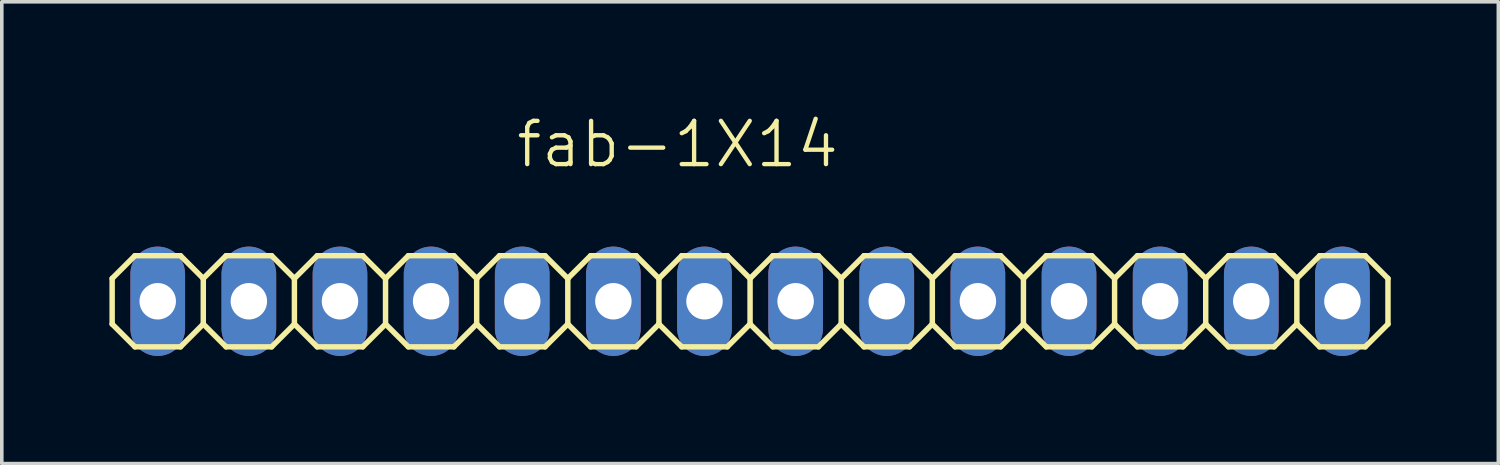
<source format=kicad_pcb>
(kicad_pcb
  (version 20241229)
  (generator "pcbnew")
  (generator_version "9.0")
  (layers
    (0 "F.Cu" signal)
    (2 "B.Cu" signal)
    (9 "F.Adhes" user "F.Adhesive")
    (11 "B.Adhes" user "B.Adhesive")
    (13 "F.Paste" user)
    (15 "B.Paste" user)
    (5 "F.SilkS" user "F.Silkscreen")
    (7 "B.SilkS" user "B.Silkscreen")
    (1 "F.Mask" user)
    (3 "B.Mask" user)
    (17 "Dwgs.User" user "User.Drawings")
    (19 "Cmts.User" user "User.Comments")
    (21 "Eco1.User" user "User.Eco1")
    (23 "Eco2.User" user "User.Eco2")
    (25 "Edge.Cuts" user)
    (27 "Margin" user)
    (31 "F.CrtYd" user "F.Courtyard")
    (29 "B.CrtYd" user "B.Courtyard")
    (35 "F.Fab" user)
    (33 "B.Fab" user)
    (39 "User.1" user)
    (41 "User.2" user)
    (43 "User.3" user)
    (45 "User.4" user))
  (footprint "fab-1X14"
    (layer "F.Cu")
    (at 17.856 5.347)
    (property "Reference" "fab-1X14" (at 2.54 -5.08 180) (layer "F.SilkS") (effects (font (size 1.206 1.206) (thickness 0.121)) (justify right top)))
    (attr through_hole)
    (fp_line (start -17.78 -0.635) (end -17.78 0.635) (stroke (width 0.152) (type solid)) (layer "F.SilkS"))
    (fp_line (start -17.78 0.635) (end -17.145 1.27) (stroke (width 0.152) (type solid)) (layer "F.SilkS"))
    (fp_line (start -17.145 -1.27) (end -17.78 -0.635) (stroke (width 0.152) (type solid)) (layer "F.SilkS"))
    (fp_line (start -17.145 -1.27) (end -15.875 -1.27) (stroke (width 0.152) (type solid)) (layer "F.SilkS"))
    (fp_line (start -15.875 -1.27) (end -15.24 -0.635) (stroke (width 0.152) (type solid)) (layer "F.SilkS"))
    (fp_line (start -15.875 1.27) (end -17.145 1.27) (stroke (width 0.152) (type solid)) (layer "F.SilkS"))
    (fp_line (start -15.24 -0.635) (end -15.24 0.635) (stroke (width 0.152) (type solid)) (layer "F.SilkS"))
    (fp_line (start -15.24 -0.635) (end -14.605 -1.27) (stroke (width 0.152) (type solid)) (layer "F.SilkS"))
    (fp_line (start -15.24 0.635) (end -15.875 1.27) (stroke (width 0.152) (type solid)) (layer "F.SilkS"))
    (fp_line (start -14.605 -1.27) (end -13.335 -1.27) (stroke (width 0.152) (type solid)) (layer "F.SilkS"))
    (fp_line (start -14.605 1.27) (end -15.24 0.635) (stroke (width 0.152) (type solid)) (layer "F.SilkS"))
    (fp_line (start -13.335 -1.27) (end -12.7 -0.635) (stroke (width 0.152) (type solid)) (layer "F.SilkS"))
    (fp_line (start -13.335 1.27) (end -14.605 1.27) (stroke (width 0.152) (type solid)) (layer "F.SilkS"))
    (fp_line (start -12.7 -0.635) (end -12.7 0.635) (stroke (width 0.152) (type solid)) (layer "F.SilkS"))
    (fp_line (start -12.7 -0.635) (end -12.065 -1.27) (stroke (width 0.152) (type solid)) (layer "F.SilkS"))
    (fp_line (start -12.7 0.635) (end -13.335 1.27) (stroke (width 0.152) (type solid)) (layer "F.SilkS"))
    (fp_line (start -12.065 -1.27) (end -10.795 -1.27) (stroke (width 0.152) (type solid)) (layer "F.SilkS"))
    (fp_line (start -12.065 1.27) (end -12.7 0.635) (stroke (width 0.152) (type solid)) (layer "F.SilkS"))
    (fp_line (start -10.795 -1.27) (end -10.16 -0.635) (stroke (width 0.152) (type solid)) (layer "F.SilkS"))
    (fp_line (start -10.795 1.27) (end -12.065 1.27) (stroke (width 0.152) (type solid)) (layer "F.SilkS"))
    (fp_line (start -10.16 -0.635) (end -10.16 0.635) (stroke (width 0.152) (type solid)) (layer "F.SilkS"))
    (fp_line (start -10.16 0.635) (end -10.795 1.27) (stroke (width 0.152) (type solid)) (layer "F.SilkS"))
    (fp_line (start -10.16 0.635) (end -9.525 1.27) (stroke (width 0.152) (type solid)) (layer "F.SilkS"))
    (fp_line (start -9.525 -1.27) (end -10.16 -0.635) (stroke (width 0.152) (type solid)) (layer "F.SilkS"))
    (fp_line (start -9.525 -1.27) (end -8.255 -1.27) (stroke (width 0.152) (type solid)) (layer "F.SilkS"))
    (fp_line (start -8.255 -1.27) (end -7.62 -0.635) (stroke (width 0.152) (type solid)) (layer "F.SilkS"))
    (fp_line (start -8.255 1.27) (end -9.525 1.27) (stroke (width 0.152) (type solid)) (layer "F.SilkS"))
    (fp_line (start -7.62 -0.635) (end -7.62 0.635) (stroke (width 0.152) (type solid)) (layer "F.SilkS"))
    (fp_line (start -7.62 -0.635) (end -6.985 -1.27) (stroke (width 0.152) (type solid)) (layer "F.SilkS"))
    (fp_line (start -7.62 0.635) (end -8.255 1.27) (stroke (width 0.152) (type solid)) (layer "F.SilkS"))
    (fp_line (start -6.985 -1.27) (end -5.715 -1.27) (stroke (width 0.152) (type solid)) (layer "F.SilkS"))
    (fp_line (start -6.985 1.27) (end -7.62 0.635) (stroke (width 0.152) (type solid)) (layer "F.SilkS"))
    (fp_line (start -5.715 -1.27) (end -5.08 -0.635) (stroke (width 0.152) (type solid)) (layer "F.SilkS"))
    (fp_line (start -5.715 1.27) (end -6.985 1.27) (stroke (width 0.152) (type solid)) (layer "F.SilkS"))
    (fp_line (start -5.08 -0.635) (end -5.08 0.635) (stroke (width 0.152) (type solid)) (layer "F.SilkS"))
    (fp_line (start -5.08 -0.635) (end -4.445 -1.27) (stroke (width 0.152) (type solid)) (layer "F.SilkS"))
    (fp_line (start -5.08 0.635) (end -5.715 1.27) (stroke (width 0.152) (type solid)) (layer "F.SilkS"))
    (fp_line (start -4.445 -1.27) (end -3.175 -1.27) (stroke (width 0.152) (type solid)) (layer "F.SilkS"))
    (fp_line (start -4.445 1.27) (end -5.08 0.635) (stroke (width 0.152) (type solid)) (layer "F.SilkS"))
    (fp_line (start -3.175 -1.27) (end -2.54 -0.635) (stroke (width 0.152) (type solid)) (layer "F.SilkS"))
    (fp_line (start -3.175 1.27) (end -4.445 1.27) (stroke (width 0.152) (type solid)) (layer "F.SilkS"))
    (fp_line (start -2.54 -0.635) (end -2.54 0.635) (stroke (width 0.152) (type solid)) (layer "F.SilkS"))
    (fp_line (start -2.54 0.635) (end -3.175 1.27) (stroke (width 0.152) (type solid)) (layer "F.SilkS"))
    (fp_line (start -2.54 0.635) (end -1.905 1.27) (stroke (width 0.152) (type solid)) (layer "F.SilkS"))
    (fp_line (start -1.905 -1.27) (end -2.54 -0.635) (stroke (width 0.152) (type solid)) (layer "F.SilkS"))
    (fp_line (start -1.905 -1.27) (end -0.635 -1.27) (stroke (width 0.152) (type solid)) (layer "F.SilkS"))
    (fp_line (start -0.635 -1.27) (end 0 -0.635) (stroke (width 0.152) (type solid)) (layer "F.SilkS"))
    (fp_line (start -0.635 1.27) (end -1.905 1.27) (stroke (width 0.152) (type solid)) (layer "F.SilkS"))
    (fp_line (start 0 -0.635) (end 0 0.635) (stroke (width 0.152) (type solid)) (layer "F.SilkS"))
    (fp_line (start 0 -0.635) (end 0.635 -1.27) (stroke (width 0.152) (type solid)) (layer "F.SilkS"))
    (fp_line (start 0 0.635) (end -0.635 1.27) (stroke (width 0.152) (type solid)) (layer "F.SilkS"))
    (fp_line (start 0.635 -1.27) (end 1.905 -1.27) (stroke (width 0.152) (type solid)) (layer "F.SilkS"))
    (fp_line (start 0.635 1.27) (end 0 0.635) (stroke (width 0.152) (type solid)) (layer "F.SilkS"))
    (fp_line (start 1.905 -1.27) (end 2.54 -0.635) (stroke (width 0.152) (type solid)) (layer "F.SilkS"))
    (fp_line (start 1.905 1.27) (end 0.635 1.27) (stroke (width 0.152) (type solid)) (layer "F.SilkS"))
    (fp_line (start 2.54 -0.635) (end 2.54 0.635) (stroke (width 0.152) (type solid)) (layer "F.SilkS"))
    (fp_line (start 2.54 -0.635) (end 3.175 -1.27) (stroke (width 0.152) (type solid)) (layer "F.SilkS"))
    (fp_line (start 2.54 0.635) (end 1.905 1.27) (stroke (width 0.152) (type solid)) (layer "F.SilkS"))
    (fp_line (start 3.175 -1.27) (end 4.445 -1.27) (stroke (width 0.152) (type solid)) (layer "F.SilkS"))
    (fp_line (start 3.175 1.27) (end 2.54 0.635) (stroke (width 0.152) (type solid)) (layer "F.SilkS"))
    (fp_line (start 4.445 -1.27) (end 5.08 -0.635) (stroke (width 0.152) (type solid)) (layer "F.SilkS"))
    (fp_line (start 4.445 1.27) (end 3.175 1.27) (stroke (width 0.152) (type solid)) (layer "F.SilkS"))
    (fp_line (start 5.08 -0.635) (end 5.08 0.635) (stroke (width 0.152) (type solid)) (layer "F.SilkS"))
    (fp_line (start 5.08 0.635) (end 4.445 1.27) (stroke (width 0.152) (type solid)) (layer "F.SilkS"))
    (fp_line (start 5.08 0.635) (end 5.715 1.27) (stroke (width 0.152) (type solid)) (layer "F.SilkS"))
    (fp_line (start 5.715 -1.27) (end 5.08 -0.635) (stroke (width 0.152) (type solid)) (layer "F.SilkS"))
    (fp_line (start 5.715 -1.27) (end 6.985 -1.27) (stroke (width 0.152) (type solid)) (layer "F.SilkS"))
    (fp_line (start 6.985 -1.27) (end 7.62 -0.635) (stroke (width 0.152) (type solid)) (layer "F.SilkS"))
    (fp_line (start 6.985 1.27) (end 5.715 1.27) (stroke (width 0.152) (type solid)) (layer "F.SilkS"))
    (fp_line (start 7.62 -0.635) (end 7.62 0.635) (stroke (width 0.152) (type solid)) (layer "F.SilkS"))
    (fp_line (start 7.62 -0.635) (end 8.255 -1.27) (stroke (width 0.152) (type solid)) (layer "F.SilkS"))
    (fp_line (start 7.62 0.635) (end 6.985 1.27) (stroke (width 0.152) (type solid)) (layer "F.SilkS"))
    (fp_line (start 8.255 -1.27) (end 9.525 -1.27) (stroke (width 0.152) (type solid)) (layer "F.SilkS"))
    (fp_line (start 8.255 1.27) (end 7.62 0.635) (stroke (width 0.152) (type solid)) (layer "F.SilkS"))
    (fp_line (start 9.525 -1.27) (end 10.16 -0.635) (stroke (width 0.152) (type solid)) (layer "F.SilkS"))
    (fp_line (start 9.525 1.27) (end 8.255 1.27) (stroke (width 0.152) (type solid)) (layer "F.SilkS"))
    (fp_line (start 10.16 -0.635) (end 10.16 0.635) (stroke (width 0.152) (type solid)) (layer "F.SilkS"))
    (fp_line (start 10.16 -0.635) (end 10.795 -1.27) (stroke (width 0.152) (type solid)) (layer "F.SilkS"))
    (fp_line (start 10.16 0.635) (end 9.525 1.27) (stroke (width 0.152) (type solid)) (layer "F.SilkS"))
    (fp_line (start 10.795 -1.27) (end 12.065 -1.27) (stroke (width 0.152) (type solid)) (layer "F.SilkS"))
    (fp_line (start 10.795 1.27) (end 10.16 0.635) (stroke (width 0.152) (type solid)) (layer "F.SilkS"))
    (fp_line (start 12.065 -1.27) (end 12.7 -0.635) (stroke (width 0.152) (type solid)) (layer "F.SilkS"))
    (fp_line (start 12.065 1.27) (end 10.795 1.27) (stroke (width 0.152) (type solid)) (layer "F.SilkS"))
    (fp_line (start 12.7 -0.635) (end 12.7 0.635) (stroke (width 0.152) (type solid)) (layer "F.SilkS"))
    (fp_line (start 12.7 -0.635) (end 13.335 -1.27) (stroke (width 0.152) (type solid)) (layer "F.SilkS"))
    (fp_line (start 12.7 0.635) (end 12.065 1.27) (stroke (width 0.152) (type solid)) (layer "F.SilkS"))
    (fp_line (start 13.335 -1.27) (end 14.605 -1.27) (stroke (width 0.152) (type solid)) (layer "F.SilkS"))
    (fp_line (start 13.335 1.27) (end 12.7 0.635) (stroke (width 0.152) (type solid)) (layer "F.SilkS"))
    (fp_line (start 14.605 -1.27) (end 15.24 -0.635) (stroke (width 0.152) (type solid)) (layer "F.SilkS"))
    (fp_line (start 14.605 1.27) (end 13.335 1.27) (stroke (width 0.152) (type solid)) (layer "F.SilkS"))
    (fp_line (start 15.24 -0.635) (end 15.24 0.635) (stroke (width 0.152) (type solid)) (layer "F.SilkS"))
    (fp_line (start 15.24 -0.635) (end 15.875 -1.27) (stroke (width 0.152) (type solid)) (layer "F.SilkS"))
    (fp_line (start 15.24 0.635) (end 14.605 1.27) (stroke (width 0.152) (type solid)) (layer "F.SilkS"))
    (fp_line (start 15.875 -1.27) (end 17.145 -1.27) (stroke (width 0.152) (type solid)) (layer "F.SilkS"))
    (fp_line (start 15.875 1.27) (end 15.24 0.635) (stroke (width 0.152) (type solid)) (layer "F.SilkS"))
    (fp_line (start 17.145 -1.27) (end 17.78 -0.635) (stroke (width 0.152) (type solid)) (layer "F.SilkS"))
    (fp_line (start 17.145 1.27) (end 15.875 1.27) (stroke (width 0.152) (type solid)) (layer "F.SilkS"))
    (fp_line (start 17.78 -0.635) (end 17.78 0.635) (stroke (width 0.152) (type solid)) (layer "F.SilkS"))
    (fp_line (start 17.78 0.635) (end 17.145 1.27) (stroke (width 0.152) (type solid)) (layer "F.SilkS"))
    (fp_poly (pts (xy -16.764 0.254) (xy -16.256 0.254) (xy -16.256 -0.254) (xy -16.764 -0.254)) (stroke (width 0.1) (type solid)) (fill no) (layer "F.Fab"))
    (fp_poly (pts (xy -14.224 0.254) (xy -13.716 0.254) (xy -13.716 -0.254) (xy -14.224 -0.254)) (stroke (width 0.1) (type solid)) (fill no) (layer "F.Fab"))
    (fp_poly (pts (xy -11.684 0.254) (xy -11.176 0.254) (xy -11.176 -0.254) (xy -11.684 -0.254)) (stroke (width 0.1) (type solid)) (fill no) (layer "F.Fab"))
    (fp_poly (pts (xy -9.144 0.254) (xy -8.636 0.254) (xy -8.636 -0.254) (xy -9.144 -0.254)) (stroke (width 0.1) (type solid)) (fill no) (layer "F.Fab"))
    (fp_poly (pts (xy -6.604 0.254) (xy -6.096 0.254) (xy -6.096 -0.254) (xy -6.604 -0.254)) (stroke (width 0.1) (type solid)) (fill no) (layer "F.Fab"))
    (fp_poly (pts (xy -4.064 0.254) (xy -3.556 0.254) (xy -3.556 -0.254) (xy -4.064 -0.254)) (stroke (width 0.1) (type solid)) (fill no) (layer "F.Fab"))
    (fp_poly (pts (xy -1.524 0.254) (xy -1.016 0.254) (xy -1.016 -0.254) (xy -1.524 -0.254)) (stroke (width 0.1) (type solid)) (fill no) (layer "F.Fab"))
    (fp_poly (pts (xy 1.016 0.254) (xy 1.524 0.254) (xy 1.524 -0.254) (xy 1.016 -0.254)) (stroke (width 0.1) (type solid)) (fill no) (layer "F.Fab"))
    (fp_poly (pts (xy 3.556 0.254) (xy 4.064 0.254) (xy 4.064 -0.254) (xy 3.556 -0.254)) (stroke (width 0.1) (type solid)) (fill no) (layer "F.Fab"))
    (fp_poly (pts (xy 6.096 0.254) (xy 6.604 0.254) (xy 6.604 -0.254) (xy 6.096 -0.254)) (stroke (width 0.1) (type solid)) (fill no) (layer "F.Fab"))
    (fp_poly (pts (xy 8.636 0.254) (xy 9.144 0.254) (xy 9.144 -0.254) (xy 8.636 -0.254)) (stroke (width 0.1) (type solid)) (fill no) (layer "F.Fab"))
    (fp_poly (pts (xy 11.176 0.254) (xy 11.684 0.254) (xy 11.684 -0.254) (xy 11.176 -0.254)) (stroke (width 0.1) (type solid)) (fill no) (layer "F.Fab"))
    (fp_poly (pts (xy 13.716 0.254) (xy 14.224 0.254) (xy 14.224 -0.254) (xy 13.716 -0.254)) (stroke (width 0.1) (type solid)) (fill no) (layer "F.Fab"))
    (fp_poly (pts (xy 16.256 0.254) (xy 16.764 0.254) (xy 16.764 -0.254) (xy 16.256 -0.254)) (stroke (width 0.1) (type solid)) (fill no) (layer "F.Fab"))
    (pad "1" thru_hole oval (at -16.51 0 90) (size 3.048 1.524) (drill 1.016) (layers "*.Cu" "*.Mask"))
    (pad "2" thru_hole oval (at -13.97 0 90) (size 3.048 1.524) (drill 1.016) (layers "*.Cu" "*.Mask"))
    (pad "3" thru_hole oval (at -11.43 0 90) (size 3.048 1.524) (drill 1.016) (layers "*.Cu" "*.Mask"))
    (pad "4" thru_hole oval (at -8.89 0 90) (size 3.048 1.524) (drill 1.016) (layers "*.Cu" "*.Mask"))
    (pad "5" thru_hole oval (at -6.35 0 90) (size 3.048 1.524) (drill 1.016) (layers "*.Cu" "*.Mask"))
    (pad "6" thru_hole oval (at -3.81 0 90) (size 3.048 1.524) (drill 1.016) (layers "*.Cu" "*.Mask"))
    (pad "7" thru_hole oval (at -1.27 0 90) (size 3.048 1.524) (drill 1.016) (layers "*.Cu" "*.Mask"))
    (pad "8" thru_hole oval (at 1.27 0 90) (size 3.048 1.524) (drill 1.016) (layers "*.Cu" "*.Mask"))
    (pad "9" thru_hole oval (at 3.81 0 90) (size 3.048 1.524) (drill 1.016) (layers "*.Cu" "*.Mask"))
    (pad "10" thru_hole oval (at 6.35 0 90) (size 3.048 1.524) (drill 1.016) (layers "*.Cu" "*.Mask"))
    (pad "11" thru_hole oval (at 8.89 0 90) (size 3.048 1.524) (drill 1.016) (layers "*.Cu" "*.Mask"))
    (pad "12" thru_hole oval (at 11.43 0 90) (size 3.048 1.524) (drill 1.016) (layers "*.Cu" "*.Mask"))
    (pad "13" thru_hole oval (at 13.97 0 90) (size 3.048 1.524) (drill 1.016) (layers "*.Cu" "*.Mask"))
    (pad "14" thru_hole oval (at 16.51 0 90) (size 3.048 1.524) (drill 1.016) (layers "*.Cu" "*.Mask")))
  (gr_rect
    (start -3 -3)
    (end 38.712 9.871)
    (stroke (width 0.1) (type default))
    (fill no)
    (layer "Edge.Cuts")))
</source>
